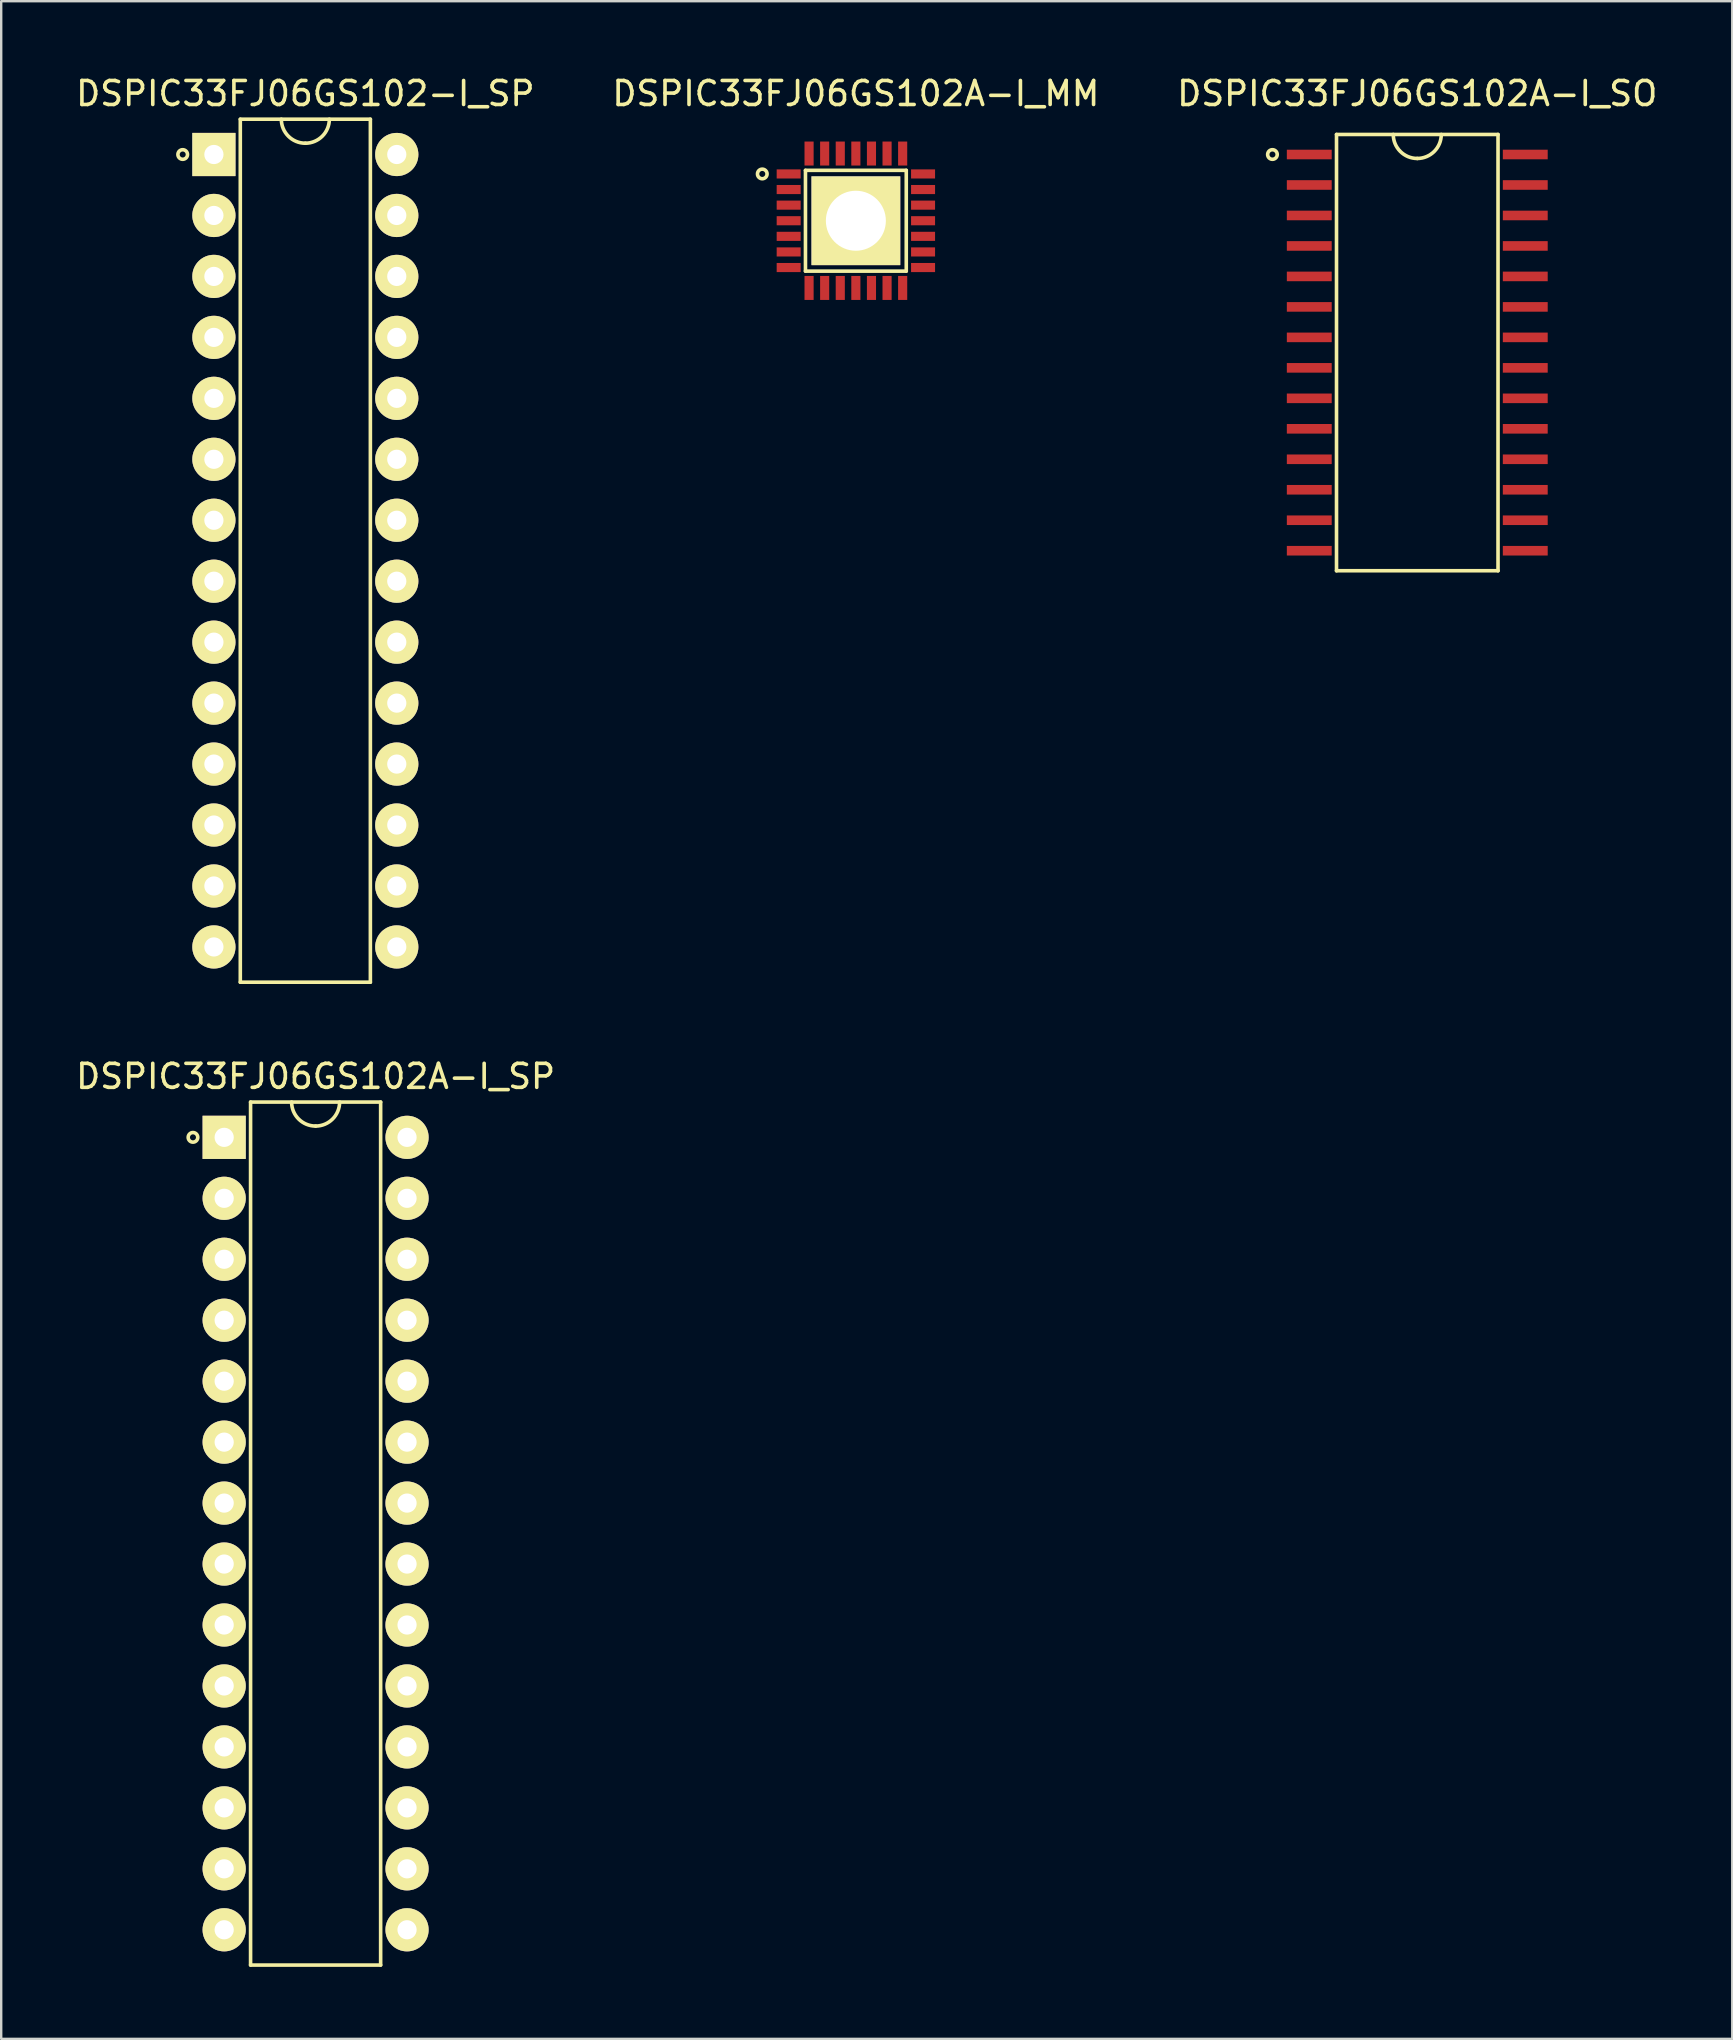
<source format=kicad_pcb>
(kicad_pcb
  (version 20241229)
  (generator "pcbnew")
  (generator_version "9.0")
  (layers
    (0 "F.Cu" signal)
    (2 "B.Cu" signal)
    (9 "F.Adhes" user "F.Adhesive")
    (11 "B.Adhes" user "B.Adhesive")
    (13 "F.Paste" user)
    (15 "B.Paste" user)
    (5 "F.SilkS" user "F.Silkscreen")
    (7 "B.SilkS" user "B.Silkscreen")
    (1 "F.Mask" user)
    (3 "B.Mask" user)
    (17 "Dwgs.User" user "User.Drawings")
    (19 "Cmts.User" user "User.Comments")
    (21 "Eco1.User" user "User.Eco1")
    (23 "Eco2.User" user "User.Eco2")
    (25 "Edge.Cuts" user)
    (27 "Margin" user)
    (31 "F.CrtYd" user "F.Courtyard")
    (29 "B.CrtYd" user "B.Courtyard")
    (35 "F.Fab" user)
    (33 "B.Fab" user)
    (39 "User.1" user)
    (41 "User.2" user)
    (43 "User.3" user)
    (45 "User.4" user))
  (footprint "DSPIC33FJ06GS102-I_SP"
    (layer "F.Cu")
    (at 5.863 3.388)
    (property "Reference" "DSPIC33FJ06GS102-I_SP" (at 3.81 -2.54 0) (layer "F.SilkS") (effects (font (size 1 1) (thickness 0.15))))
    (attr through_hole)
    (fp_line (start 1.1 -1.47) (end 6.52 -1.47) (stroke (width 0.15) (type solid)) (layer "F.SilkS"))
    (fp_line (start 1.1 34.49) (end 1.1 -1.47) (stroke (width 0.15) (type solid)) (layer "F.SilkS"))
    (fp_line (start 6.52 -1.47) (end 6.52 34.49) (stroke (width 0.15) (type solid)) (layer "F.SilkS"))
    (fp_line (start 6.52 34.49) (end 1.1 34.49) (stroke (width 0.15) (type solid)) (layer "F.SilkS"))
    (fp_arc (start 3.81 -0.47) (mid 3.102893 -0.762893) (end 2.81 -1.47) (stroke (width 0.15) (type solid)) (layer "F.SilkS"))
    (fp_arc (start 4.81 -1.47) (mid 4.517107 -0.762893) (end 3.81 -0.47) (stroke (width 0.15) (type solid)) (layer "F.SilkS"))
    (fp_circle (center -1.3 0) (end -1.3 0.2) (stroke (width 0.15) (type solid)) (fill no) (layer "F.SilkS"))
    (pad "1" thru_hole rect (at 0 0) (size 1.8 1.8) (drill 0.8) (layers "*.Cu" "*.Mask" "F.SilkS"))
    (pad "2" thru_hole circle (at 0 2.54) (size 1.8 1.8) (drill 0.8) (layers "*.Cu" "*.Mask" "F.SilkS"))
    (pad "3" thru_hole circle (at 0 5.08) (size 1.8 1.8) (drill 0.8) (layers "*.Cu" "*.Mask" "F.SilkS"))
    (pad "4" thru_hole circle (at 0 7.62) (size 1.8 1.8) (drill 0.8) (layers "*.Cu" "*.Mask" "F.SilkS"))
    (pad "5" thru_hole circle (at 0 10.16) (size 1.8 1.8) (drill 0.8) (layers "*.Cu" "*.Mask" "F.SilkS"))
    (pad "6" thru_hole circle (at 0 12.7) (size 1.8 1.8) (drill 0.8) (layers "*.Cu" "*.Mask" "F.SilkS"))
    (pad "7" thru_hole circle (at 0 15.24) (size 1.8 1.8) (drill 0.8) (layers "*.Cu" "*.Mask" "F.SilkS"))
    (pad "8" thru_hole circle (at 0 17.78) (size 1.8 1.8) (drill 0.8) (layers "*.Cu" "*.Mask" "F.SilkS"))
    (pad "9" thru_hole circle (at 0 20.32) (size 1.8 1.8) (drill 0.8) (layers "*.Cu" "*.Mask" "F.SilkS"))
    (pad "10" thru_hole circle (at 0 22.86) (size 1.8 1.8) (drill 0.8) (layers "*.Cu" "*.Mask" "F.SilkS"))
    (pad "11" thru_hole circle (at 0 25.4) (size 1.8 1.8) (drill 0.8) (layers "*.Cu" "*.Mask" "F.SilkS"))
    (pad "12" thru_hole circle (at 0 27.94) (size 1.8 1.8) (drill 0.8) (layers "*.Cu" "*.Mask" "F.SilkS"))
    (pad "13" thru_hole circle (at 0 30.48) (size 1.8 1.8) (drill 0.8) (layers "*.Cu" "*.Mask" "F.SilkS"))
    (pad "14" thru_hole circle (at 0 33.02) (size 1.8 1.8) (drill 0.8) (layers "*.Cu" "*.Mask" "F.SilkS"))
    (pad "15" thru_hole circle (at 7.62 33.02) (size 1.8 1.8) (drill 0.8) (layers "*.Cu" "*.Mask" "F.SilkS"))
    (pad "16" thru_hole circle (at 7.62 30.48) (size 1.8 1.8) (drill 0.8) (layers "*.Cu" "*.Mask" "F.SilkS"))
    (pad "17" thru_hole circle (at 7.62 27.94) (size 1.8 1.8) (drill 0.8) (layers "*.Cu" "*.Mask" "F.SilkS"))
    (pad "18" thru_hole circle (at 7.62 25.4) (size 1.8 1.8) (drill 0.8) (layers "*.Cu" "*.Mask" "F.SilkS"))
    (pad "19" thru_hole circle (at 7.62 22.86) (size 1.8 1.8) (drill 0.8) (layers "*.Cu" "*.Mask" "F.SilkS"))
    (pad "20" thru_hole circle (at 7.62 20.32) (size 1.8 1.8) (drill 0.8) (layers "*.Cu" "*.Mask" "F.SilkS"))
    (pad "21" thru_hole circle (at 7.62 17.78) (size 1.8 1.8) (drill 0.8) (layers "*.Cu" "*.Mask" "F.SilkS"))
    (pad "22" thru_hole circle (at 7.62 15.24) (size 1.8 1.8) (drill 0.8) (layers "*.Cu" "*.Mask" "F.SilkS"))
    (pad "23" thru_hole circle (at 7.62 12.7) (size 1.8 1.8) (drill 0.8) (layers "*.Cu" "*.Mask" "F.SilkS"))
    (pad "24" thru_hole circle (at 7.62 10.16) (size 1.8 1.8) (drill 0.8) (layers "*.Cu" "*.Mask" "F.SilkS"))
    (pad "25" thru_hole circle (at 7.62 7.62) (size 1.8 1.8) (drill 0.8) (layers "*.Cu" "*.Mask" "F.SilkS"))
    (pad "26" thru_hole circle (at 7.62 5.08) (size 1.8 1.8) (drill 0.8) (layers "*.Cu" "*.Mask" "F.SilkS"))
    (pad "27" thru_hole circle (at 7.62 2.54) (size 1.8 1.8) (drill 0.8) (layers "*.Cu" "*.Mask" "F.SilkS"))
    (pad "28" thru_hole circle (at 7.62 0) (size 1.8 1.8) (drill 0.8) (layers "*.Cu" "*.Mask" "F.SilkS")))
  (footprint "DSPIC33FJ06GS102A-I_MM"
    (layer "F.Cu")
    (at 29.813 3.348)
    (property "Reference" "DSPIC33FJ06GS102A-I_MM" (at 2.8 -2.5 0) (layer "F.SilkS") (effects (font (size 1 1) (thickness 0.15))))
    (attr through_hole)
    (fp_line (start 0.7 0.7) (end 0.7 4.9) (stroke (width 0.15) (type solid)) (layer "F.SilkS"))
    (fp_line (start 0.7 0.7) (end 4.9 0.7) (stroke (width 0.15) (type solid)) (layer "F.SilkS"))
    (fp_line (start 0.7 4.9) (end 4.9 4.9) (stroke (width 0.15) (type solid)) (layer "F.SilkS"))
    (fp_line (start 4.9 4.9) (end 4.9 0.7) (stroke (width 0.15) (type solid)) (layer "F.SilkS"))
    (fp_circle (center -1.1 0.85) (end -1.1 0.65) (stroke (width 0.15) (type solid)) (fill no) (layer "F.SilkS"))
    (fp_circle (center 1.7 1.7) (end 1.7 1.2) (stroke (width 0.15) (type solid)) (fill no) (layer "F.SilkS"))
    (pad "1" smd rect (at 0 0.85) (size 1 0.38) (layers "F.Cu" "F.Mask" "F.Paste"))
    (pad "2" smd rect (at 0 1.5) (size 1 0.38) (layers "F.Cu" "F.Mask" "F.Paste"))
    (pad "3" smd rect (at 0 2.15) (size 1 0.38) (layers "F.Cu" "F.Mask" "F.Paste"))
    (pad "4" smd rect (at 0 2.8) (size 1 0.38) (layers "F.Cu" "F.Mask" "F.Paste"))
    (pad "5" smd rect (at 0 3.45) (size 1 0.38) (layers "F.Cu" "F.Mask" "F.Paste"))
    (pad "6" smd rect (at 0 4.1) (size 1 0.38) (layers "F.Cu" "F.Mask" "F.Paste"))
    (pad "7" smd rect (at 0 4.75) (size 1 0.38) (layers "F.Cu" "F.Mask" "F.Paste"))
    (pad "8" smd rect (at 0.85 5.6) (size 0.38 1) (layers "F.Cu" "F.Mask" "F.Paste"))
    (pad "9" smd rect (at 1.5 5.6) (size 0.38 1) (layers "F.Cu" "F.Mask" "F.Paste"))
    (pad "10" smd rect (at 2.15 5.6) (size 0.38 1) (layers "F.Cu" "F.Mask" "F.Paste"))
    (pad "11" smd rect (at 2.8 5.6) (size 0.38 1) (layers "F.Cu" "F.Mask" "F.Paste"))
    (pad "12" smd rect (at 3.45 5.6) (size 0.38 1) (layers "F.Cu" "F.Mask" "F.Paste"))
    (pad "13" smd rect (at 4.1 5.6) (size 0.38 1) (layers "F.Cu" "F.Mask" "F.Paste"))
    (pad "14" smd rect (at 4.75 5.6) (size 0.38 1) (layers "F.Cu" "F.Mask" "F.Paste"))
    (pad "15" smd rect (at 5.6 4.75) (size 1 0.38) (layers "F.Cu" "F.Mask" "F.Paste"))
    (pad "16" smd rect (at 5.6 4.1) (size 1 0.38) (layers "F.Cu" "F.Mask" "F.Paste"))
    (pad "17" smd rect (at 5.6 3.45) (size 1 0.38) (layers "F.Cu" "F.Mask" "F.Paste"))
    (pad "18" smd rect (at 5.6 2.8) (size 1 0.38) (layers "F.Cu" "F.Mask" "F.Paste"))
    (pad "19" smd rect (at 5.6 2.15) (size 1 0.38) (layers "F.Cu" "F.Mask" "F.Paste"))
    (pad "20" smd rect (at 5.6 1.5) (size 1 0.38) (layers "F.Cu" "F.Mask" "F.Paste"))
    (pad "21" smd rect (at 5.6 0.85) (size 1 0.38) (layers "F.Cu" "F.Mask" "F.Paste"))
    (pad "22" smd rect (at 4.75 0) (size 0.38 1) (layers "F.Cu" "F.Mask" "F.Paste"))
    (pad "23" smd rect (at 4.1 0) (size 0.38 1) (layers "F.Cu" "F.Mask" "F.Paste"))
    (pad "24" smd rect (at 3.45 0) (size 0.38 1) (layers "F.Cu" "F.Mask" "F.Paste"))
    (pad "25" smd rect (at 2.8 0) (size 0.38 1) (layers "F.Cu" "F.Mask" "F.Paste"))
    (pad "26" smd rect (at 2.15 0) (size 0.38 1) (layers "F.Cu" "F.Mask" "F.Paste"))
    (pad "27" smd rect (at 1.5 0) (size 0.38 1) (layers "F.Cu" "F.Mask" "F.Paste"))
    (pad "28" smd rect (at 0.85 0) (size 0.38 1) (layers "F.Cu" "F.Mask" "F.Paste"))
    (pad "999" thru_hole rect (at 2.8 2.8) (size 3.7 3.7) (drill 2.5) (layers "*.Cu" "*.Mask" "F.SilkS")))
  (footprint "DSPIC33FJ06GS102A-I_SP"
    (layer "F.Cu")
    (at 6.291 44.342)
    (property "Reference" "DSPIC33FJ06GS102A-I_SP" (at 3.81 -2.54 0) (layer "F.SilkS") (effects (font (size 1 1) (thickness 0.15))))
    (attr through_hole)
    (fp_line (start 1.1 -1.47) (end 6.52 -1.47) (stroke (width 0.15) (type solid)) (layer "F.SilkS"))
    (fp_line (start 1.1 34.49) (end 1.1 -1.47) (stroke (width 0.15) (type solid)) (layer "F.SilkS"))
    (fp_line (start 6.52 -1.47) (end 6.52 34.49) (stroke (width 0.15) (type solid)) (layer "F.SilkS"))
    (fp_line (start 6.52 34.49) (end 1.1 34.49) (stroke (width 0.15) (type solid)) (layer "F.SilkS"))
    (fp_arc (start 3.81 -0.47) (mid 3.102893 -0.762893) (end 2.81 -1.47) (stroke (width 0.15) (type solid)) (layer "F.SilkS"))
    (fp_arc (start 4.81 -1.47) (mid 4.517107 -0.762893) (end 3.81 -0.47) (stroke (width 0.15) (type solid)) (layer "F.SilkS"))
    (fp_circle (center -1.3 0) (end -1.3 0.2) (stroke (width 0.15) (type solid)) (fill no) (layer "F.SilkS"))
    (pad "1" thru_hole rect (at 0 0) (size 1.8 1.8) (drill 0.8) (layers "*.Cu" "*.Mask" "F.SilkS"))
    (pad "2" thru_hole circle (at 0 2.54) (size 1.8 1.8) (drill 0.8) (layers "*.Cu" "*.Mask" "F.SilkS"))
    (pad "3" thru_hole circle (at 0 5.08) (size 1.8 1.8) (drill 0.8) (layers "*.Cu" "*.Mask" "F.SilkS"))
    (pad "4" thru_hole circle (at 0 7.62) (size 1.8 1.8) (drill 0.8) (layers "*.Cu" "*.Mask" "F.SilkS"))
    (pad "5" thru_hole circle (at 0 10.16) (size 1.8 1.8) (drill 0.8) (layers "*.Cu" "*.Mask" "F.SilkS"))
    (pad "6" thru_hole circle (at 0 12.7) (size 1.8 1.8) (drill 0.8) (layers "*.Cu" "*.Mask" "F.SilkS"))
    (pad "7" thru_hole circle (at 0 15.24) (size 1.8 1.8) (drill 0.8) (layers "*.Cu" "*.Mask" "F.SilkS"))
    (pad "8" thru_hole circle (at 0 17.78) (size 1.8 1.8) (drill 0.8) (layers "*.Cu" "*.Mask" "F.SilkS"))
    (pad "9" thru_hole circle (at 0 20.32) (size 1.8 1.8) (drill 0.8) (layers "*.Cu" "*.Mask" "F.SilkS"))
    (pad "10" thru_hole circle (at 0 22.86) (size 1.8 1.8) (drill 0.8) (layers "*.Cu" "*.Mask" "F.SilkS"))
    (pad "11" thru_hole circle (at 0 25.4) (size 1.8 1.8) (drill 0.8) (layers "*.Cu" "*.Mask" "F.SilkS"))
    (pad "12" thru_hole circle (at 0 27.94) (size 1.8 1.8) (drill 0.8) (layers "*.Cu" "*.Mask" "F.SilkS"))
    (pad "13" thru_hole circle (at 0 30.48) (size 1.8 1.8) (drill 0.8) (layers "*.Cu" "*.Mask" "F.SilkS"))
    (pad "14" thru_hole circle (at 0 33.02) (size 1.8 1.8) (drill 0.8) (layers "*.Cu" "*.Mask" "F.SilkS"))
    (pad "15" thru_hole circle (at 7.62 33.02) (size 1.8 1.8) (drill 0.8) (layers "*.Cu" "*.Mask" "F.SilkS"))
    (pad "16" thru_hole circle (at 7.62 30.48) (size 1.8 1.8) (drill 0.8) (layers "*.Cu" "*.Mask" "F.SilkS"))
    (pad "17" thru_hole circle (at 7.62 27.94) (size 1.8 1.8) (drill 0.8) (layers "*.Cu" "*.Mask" "F.SilkS"))
    (pad "18" thru_hole circle (at 7.62 25.4) (size 1.8 1.8) (drill 0.8) (layers "*.Cu" "*.Mask" "F.SilkS"))
    (pad "19" thru_hole circle (at 7.62 22.86) (size 1.8 1.8) (drill 0.8) (layers "*.Cu" "*.Mask" "F.SilkS"))
    (pad "20" thru_hole circle (at 7.62 20.32) (size 1.8 1.8) (drill 0.8) (layers "*.Cu" "*.Mask" "F.SilkS"))
    (pad "21" thru_hole circle (at 7.62 17.78) (size 1.8 1.8) (drill 0.8) (layers "*.Cu" "*.Mask" "F.SilkS"))
    (pad "22" thru_hole circle (at 7.62 15.24) (size 1.8 1.8) (drill 0.8) (layers "*.Cu" "*.Mask" "F.SilkS"))
    (pad "23" thru_hole circle (at 7.62 12.7) (size 1.8 1.8) (drill 0.8) (layers "*.Cu" "*.Mask" "F.SilkS"))
    (pad "24" thru_hole circle (at 7.62 10.16) (size 1.8 1.8) (drill 0.8) (layers "*.Cu" "*.Mask" "F.SilkS"))
    (pad "25" thru_hole circle (at 7.62 7.62) (size 1.8 1.8) (drill 0.8) (layers "*.Cu" "*.Mask" "F.SilkS"))
    (pad "26" thru_hole circle (at 7.62 5.08) (size 1.8 1.8) (drill 0.8) (layers "*.Cu" "*.Mask" "F.SilkS"))
    (pad "27" thru_hole circle (at 7.62 2.54) (size 1.8 1.8) (drill 0.8) (layers "*.Cu" "*.Mask" "F.SilkS"))
    (pad "28" thru_hole circle (at 7.62 0) (size 1.8 1.8) (drill 0.8) (layers "*.Cu" "*.Mask" "F.SilkS")))
  (footprint "DSPIC33FJ06GS102A-I_SO"
    (layer "F.Cu")
    (at 51.506 3.388)
    (property "Reference" "DSPIC33FJ06GS102A-I_SO" (at 4.5 -2.54 0) (layer "F.SilkS") (effects (font (size 1 1) (thickness 0.15))))
    (attr through_hole)
    (fp_line (start 1.135 -0.835) (end 7.865 -0.835) (stroke (width 0.15) (type solid)) (layer "F.SilkS"))
    (fp_line (start 1.135 17.345) (end 1.135 -0.835) (stroke (width 0.15) (type solid)) (layer "F.SilkS"))
    (fp_line (start 7.865 -0.835) (end 7.865 17.345) (stroke (width 0.15) (type solid)) (layer "F.SilkS"))
    (fp_line (start 7.865 17.345) (end 1.135 17.345) (stroke (width 0.15) (type solid)) (layer "F.SilkS"))
    (fp_arc (start 4.5 0.165) (mid 3.792893 -0.127893) (end 3.5 -0.835) (stroke (width 0.15) (type solid)) (layer "F.SilkS"))
    (fp_arc (start 5.5 -0.835) (mid 5.207107 -0.127893) (end 4.5 0.165) (stroke (width 0.15) (type solid)) (layer "F.SilkS"))
    (fp_circle (center -1.535 0) (end -1.535 0.2) (stroke (width 0.15) (type solid)) (fill no) (layer "F.SilkS"))
    (pad "1" smd rect (at 0 0) (size 1.87 0.4) (layers "F.Cu" "F.Mask" "F.Paste"))
    (pad "2" smd rect (at 0 1.27) (size 1.87 0.4) (layers "F.Cu" "F.Mask" "F.Paste"))
    (pad "3" smd rect (at 0 2.54) (size 1.87 0.4) (layers "F.Cu" "F.Mask" "F.Paste"))
    (pad "4" smd rect (at 0 3.81) (size 1.87 0.4) (layers "F.Cu" "F.Mask" "F.Paste"))
    (pad "5" smd rect (at 0 5.08) (size 1.87 0.4) (layers "F.Cu" "F.Mask" "F.Paste"))
    (pad "6" smd rect (at 0 6.35) (size 1.87 0.4) (layers "F.Cu" "F.Mask" "F.Paste"))
    (pad "7" smd rect (at 0 7.62) (size 1.87 0.4) (layers "F.Cu" "F.Mask" "F.Paste"))
    (pad "8" smd rect (at 0 8.89) (size 1.87 0.4) (layers "F.Cu" "F.Mask" "F.Paste"))
    (pad "9" smd rect (at 0 10.16) (size 1.87 0.4) (layers "F.Cu" "F.Mask" "F.Paste"))
    (pad "10" smd rect (at 0 11.43) (size 1.87 0.4) (layers "F.Cu" "F.Mask" "F.Paste"))
    (pad "11" smd rect (at 0 12.7) (size 1.87 0.4) (layers "F.Cu" "F.Mask" "F.Paste"))
    (pad "12" smd rect (at 0 13.97) (size 1.87 0.4) (layers "F.Cu" "F.Mask" "F.Paste"))
    (pad "13" smd rect (at 0 15.24) (size 1.87 0.4) (layers "F.Cu" "F.Mask" "F.Paste"))
    (pad "14" smd rect (at 0 16.51) (size 1.87 0.4) (layers "F.Cu" "F.Mask" "F.Paste"))
    (pad "15" smd rect (at 9 16.51) (size 1.87 0.4) (layers "F.Cu" "F.Mask" "F.Paste"))
    (pad "16" smd rect (at 9 15.24) (size 1.87 0.4) (layers "F.Cu" "F.Mask" "F.Paste"))
    (pad "17" smd rect (at 9 13.97) (size 1.87 0.4) (layers "F.Cu" "F.Mask" "F.Paste"))
    (pad "18" smd rect (at 9 12.7) (size 1.87 0.4) (layers "F.Cu" "F.Mask" "F.Paste"))
    (pad "19" smd rect (at 9 11.43) (size 1.87 0.4) (layers "F.Cu" "F.Mask" "F.Paste"))
    (pad "20" smd rect (at 9 10.16) (size 1.87 0.4) (layers "F.Cu" "F.Mask" "F.Paste"))
    (pad "21" smd rect (at 9 8.89) (size 1.87 0.4) (layers "F.Cu" "F.Mask" "F.Paste"))
    (pad "22" smd rect (at 9 7.62) (size 1.87 0.4) (layers "F.Cu" "F.Mask" "F.Paste"))
    (pad "23" smd rect (at 9 6.35) (size 1.87 0.4) (layers "F.Cu" "F.Mask" "F.Paste"))
    (pad "24" smd rect (at 9 5.08) (size 1.87 0.4) (layers "F.Cu" "F.Mask" "F.Paste"))
    (pad "25" smd rect (at 9 3.81) (size 1.87 0.4) (layers "F.Cu" "F.Mask" "F.Paste"))
    (pad "26" smd rect (at 9 2.54) (size 1.87 0.4) (layers "F.Cu" "F.Mask" "F.Paste"))
    (pad "27" smd rect (at 9 1.27) (size 1.87 0.4) (layers "F.Cu" "F.Mask" "F.Paste"))
    (pad "28" smd rect (at 9 0) (size 1.87 0.4) (layers "F.Cu" "F.Mask" "F.Paste")))
  (gr_rect
    (start -3 -3)
    (end 69.131 81.906)
    (stroke (width 0.1) (type default))
    (fill no)
    (layer "Edge.Cuts")))
</source>
